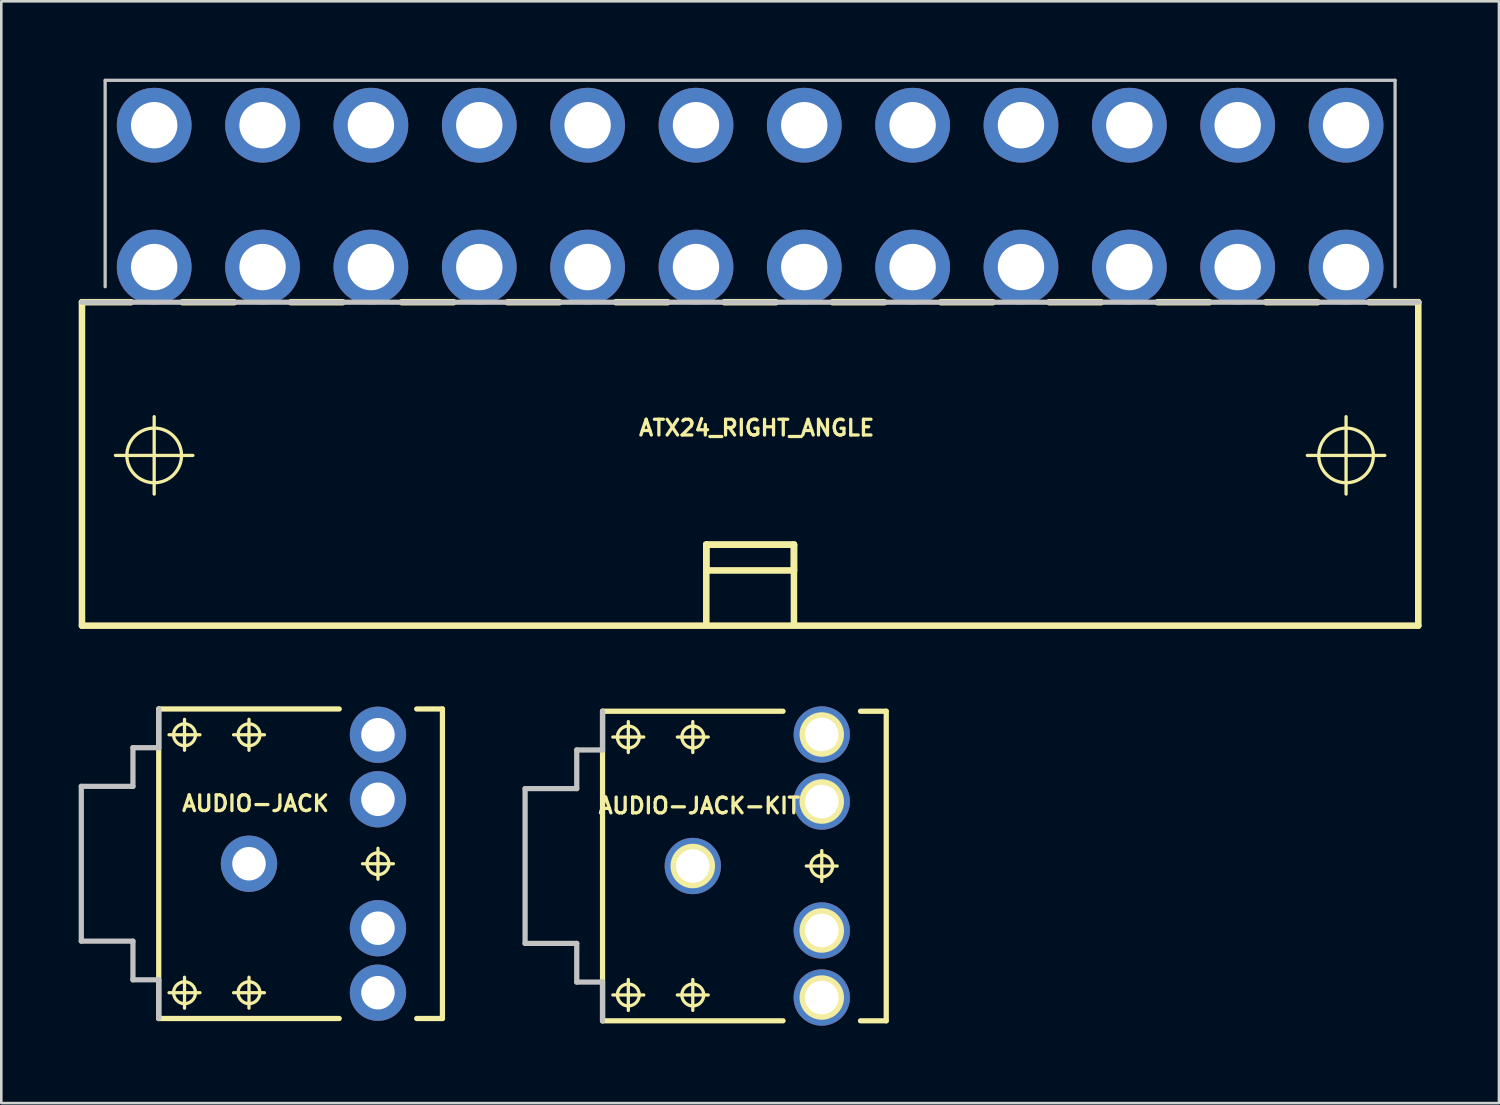
<source format=kicad_pcb>
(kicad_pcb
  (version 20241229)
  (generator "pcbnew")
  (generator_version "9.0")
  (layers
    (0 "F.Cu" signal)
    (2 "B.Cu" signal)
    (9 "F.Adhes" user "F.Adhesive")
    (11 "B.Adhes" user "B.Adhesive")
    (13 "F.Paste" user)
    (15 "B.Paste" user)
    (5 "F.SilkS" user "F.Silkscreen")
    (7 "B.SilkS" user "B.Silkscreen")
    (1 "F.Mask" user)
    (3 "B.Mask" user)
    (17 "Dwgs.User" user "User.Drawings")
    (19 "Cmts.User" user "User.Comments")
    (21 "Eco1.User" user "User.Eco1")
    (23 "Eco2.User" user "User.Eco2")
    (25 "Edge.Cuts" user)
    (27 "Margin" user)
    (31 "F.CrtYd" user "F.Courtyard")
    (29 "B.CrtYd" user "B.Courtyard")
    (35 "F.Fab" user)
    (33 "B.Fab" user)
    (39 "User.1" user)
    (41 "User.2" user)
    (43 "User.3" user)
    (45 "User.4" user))
  (footprint "AUDIO-JACK-KIT"
    (layer "F.Cu")
    (at 23.803 30.517)
    (property "Reference" "AUDIO-JACK-KIT" (at 0.254 -2.337 0) (layer "F.SilkS") (effects (font (size 0.61 0.61) (thickness 0.127))))
    (attr exclude_from_pos_files exclude_from_bom)
    (fp_line (start -3.498 -5.999) (end -3.498 5.999) (stroke (width 0.203) (type solid)) (layer "F.SilkS"))
    (fp_line (start -3.498 -5.999) (end 3.498 -5.999) (stroke (width 0.203) (type solid)) (layer "F.SilkS"))
    (fp_line (start -3.498 5.999) (end 3.498 5.999) (stroke (width 0.203) (type solid)) (layer "F.SilkS"))
    (fp_line (start -3.099 -4.999) (end -1.9 -4.999) (stroke (width 0.127) (type solid)) (layer "F.SilkS"))
    (fp_line (start -3.099 4.999) (end -1.9 4.999) (stroke (width 0.127) (type solid)) (layer "F.SilkS"))
    (fp_line (start -2.499 -4.399) (end -2.499 -5.598) (stroke (width 0.127) (type solid)) (layer "F.SilkS"))
    (fp_line (start -2.499 5.598) (end -2.499 4.399) (stroke (width 0.127) (type solid)) (layer "F.SilkS"))
    (fp_line (start -0.599 -4.999) (end 0.599 -4.999) (stroke (width 0.127) (type solid)) (layer "F.SilkS"))
    (fp_line (start -0.599 4.999) (end 0.599 4.999) (stroke (width 0.127) (type solid)) (layer "F.SilkS"))
    (fp_line (start 0 -4.399) (end 0 -5.598) (stroke (width 0.127) (type solid)) (layer "F.SilkS"))
    (fp_line (start 0 5.598) (end 0 4.399) (stroke (width 0.127) (type solid)) (layer "F.SilkS"))
    (fp_line (start 4.399 0) (end 5.598 0) (stroke (width 0.127) (type solid)) (layer "F.SilkS"))
    (fp_line (start 4.999 0.599) (end 4.999 -0.599) (stroke (width 0.127) (type solid)) (layer "F.SilkS"))
    (fp_line (start 7.498 -5.999) (end 6.5 -5.999) (stroke (width 0.203) (type solid)) (layer "F.SilkS"))
    (fp_line (start 7.498 -5.999) (end 7.498 5.999) (stroke (width 0.203) (type solid)) (layer "F.SilkS"))
    (fp_line (start 7.498 5.999) (end 6.5 5.999) (stroke (width 0.203) (type solid)) (layer "F.SilkS"))
    (fp_circle (center -2.499 -4.999) (end -2.799 -5.298) (stroke (width 0.127) (type solid)) (fill no) (layer "F.SilkS"))
    (fp_circle (center -2.499 4.999) (end -2.799 5.298) (stroke (width 0.127) (type solid)) (fill no) (layer "F.SilkS"))
    (fp_circle (center 0 -4.999) (end -0.3 -5.298) (stroke (width 0.127) (type solid)) (fill no) (layer "F.SilkS"))
    (fp_circle (center 0 0) (end -0.61 0.61) (stroke (width 0) (type solid)) (fill yes) (layer "F.SilkS"))
    (fp_circle (center 0 0) (end -0.33 0.33) (stroke (width 0) (type solid)) (fill yes) (layer "F.SilkS"))
    (fp_circle (center 0 4.999) (end -0.3 5.298) (stroke (width 0.127) (type solid)) (fill no) (layer "F.SilkS"))
    (fp_circle (center 4.999 -5.098) (end 5.329 -5.428) (stroke (width 0) (type solid)) (fill yes) (layer "F.SilkS"))
    (fp_circle (center 4.999 -5.098) (end 5.608 -5.707) (stroke (width 0) (type solid)) (fill yes) (layer "F.SilkS"))
    (fp_circle (center 4.999 -2.499) (end 5.329 -2.83) (stroke (width 0) (type solid)) (fill yes) (layer "F.SilkS"))
    (fp_circle (center 4.999 -2.499) (end 5.608 -3.109) (stroke (width 0) (type solid)) (fill yes) (layer "F.SilkS"))
    (fp_circle (center 4.999 0) (end 5.298 0.3) (stroke (width 0.127) (type solid)) (fill no) (layer "F.SilkS"))
    (fp_circle (center 4.999 2.499) (end 5.329 2.83) (stroke (width 0) (type solid)) (fill yes) (layer "F.SilkS"))
    (fp_circle (center 4.999 2.499) (end 5.608 3.109) (stroke (width 0) (type solid)) (fill yes) (layer "F.SilkS"))
    (fp_circle (center 4.999 5.098) (end 5.329 5.428) (stroke (width 0) (type solid)) (fill yes) (layer "F.SilkS"))
    (fp_circle (center 4.999 5.098) (end 5.608 5.707) (stroke (width 0) (type solid)) (fill yes) (layer "F.SilkS"))
    (fp_line (start -6.5 -3) (end -6.5 3) (stroke (width 0.203) (type solid)) (layer "Dwgs.User"))
    (fp_line (start -6.5 -3) (end -4.498 -3) (stroke (width 0.203) (type solid)) (layer "Dwgs.User"))
    (fp_line (start -6.5 3) (end -4.498 3) (stroke (width 0.203) (type solid)) (layer "Dwgs.User"))
    (fp_line (start -4.498 -4.498) (end -4.498 -3) (stroke (width 0.203) (type solid)) (layer "Dwgs.User"))
    (fp_line (start -4.498 -4.498) (end -3.498 -4.498) (stroke (width 0.203) (type solid)) (layer "Dwgs.User"))
    (fp_line (start -4.498 3) (end -4.498 4.498) (stroke (width 0.203) (type solid)) (layer "Dwgs.User"))
    (fp_line (start -4.498 4.498) (end -3.498 4.498) (stroke (width 0.203) (type solid)) (layer "Dwgs.User"))
    (fp_line (start -3.498 -5.999) (end -3.498 -4.498) (stroke (width 0.203) (type solid)) (layer "Dwgs.User"))
    (fp_line (start -3.498 4.498) (end -3.498 5.999) (stroke (width 0.203) (type solid)) (layer "Dwgs.User"))
    (pad "RING" thru_hole circle (at 4.999 -5.098) (size 2.182 2.182) (drill 1.298) (layers "*.Cu" "*.Paste" "*.Mask"))
    (pad "RSH" thru_hole circle (at 4.999 -2.499) (size 2.182 2.182) (drill 1.298) (layers "*.Cu" "*.Paste" "*.Mask"))
    (pad "SLEE" thru_hole circle (at 0 0) (size 2.182 2.182) (drill 1.298) (layers "*.Cu" "*.Paste" "*.Mask"))
    (pad "TIP" thru_hole circle (at 4.999 5.098) (size 2.182 2.182) (drill 1.298) (layers "*.Cu" "*.Paste" "*.Mask"))
    (pad "TSH" thru_hole circle (at 4.999 2.499) (size 2.182 2.182) (drill 1.298) (layers "*.Cu" "*.Paste" "*.Mask")))
  (footprint "AUDIO-JACK"
    (layer "F.Cu")
    (at 6.601 30.429)
    (property "Reference" "AUDIO-JACK" (at 0.254 -2.337 0) (layer "F.SilkS") (effects (font (size 0.61 0.61) (thickness 0.127))))
    (attr exclude_from_pos_files exclude_from_bom)
    (fp_line (start -3.498 -5.999) (end -3.498 5.999) (stroke (width 0.203) (type solid)) (layer "F.SilkS"))
    (fp_line (start -3.498 -5.999) (end 3.498 -5.999) (stroke (width 0.203) (type solid)) (layer "F.SilkS"))
    (fp_line (start -3.498 5.999) (end 3.498 5.999) (stroke (width 0.203) (type solid)) (layer "F.SilkS"))
    (fp_line (start -3.099 -4.999) (end -1.9 -4.999) (stroke (width 0.127) (type solid)) (layer "F.SilkS"))
    (fp_line (start -3.099 4.999) (end -1.9 4.999) (stroke (width 0.127) (type solid)) (layer "F.SilkS"))
    (fp_line (start -2.499 -4.399) (end -2.499 -5.598) (stroke (width 0.127) (type solid)) (layer "F.SilkS"))
    (fp_line (start -2.499 5.598) (end -2.499 4.399) (stroke (width 0.127) (type solid)) (layer "F.SilkS"))
    (fp_line (start -0.599 -4.999) (end 0.599 -4.999) (stroke (width 0.127) (type solid)) (layer "F.SilkS"))
    (fp_line (start -0.599 4.999) (end 0.599 4.999) (stroke (width 0.127) (type solid)) (layer "F.SilkS"))
    (fp_line (start 0 -4.399) (end 0 -5.598) (stroke (width 0.127) (type solid)) (layer "F.SilkS"))
    (fp_line (start 0 5.598) (end 0 4.399) (stroke (width 0.127) (type solid)) (layer "F.SilkS"))
    (fp_line (start 4.399 0) (end 5.598 0) (stroke (width 0.127) (type solid)) (layer "F.SilkS"))
    (fp_line (start 4.999 0.599) (end 4.999 -0.599) (stroke (width 0.127) (type solid)) (layer "F.SilkS"))
    (fp_line (start 7.498 -5.999) (end 6.5 -5.999) (stroke (width 0.203) (type solid)) (layer "F.SilkS"))
    (fp_line (start 7.498 -5.999) (end 7.498 5.999) (stroke (width 0.203) (type solid)) (layer "F.SilkS"))
    (fp_line (start 7.498 5.999) (end 6.5 5.999) (stroke (width 0.203) (type solid)) (layer "F.SilkS"))
    (fp_circle (center -2.499 -4.999) (end -2.799 -5.298) (stroke (width 0.127) (type solid)) (fill no) (layer "F.SilkS"))
    (fp_circle (center -2.499 4.999) (end -2.799 5.298) (stroke (width 0.127) (type solid)) (fill no) (layer "F.SilkS"))
    (fp_circle (center 0 -4.999) (end -0.3 -5.298) (stroke (width 0.127) (type solid)) (fill no) (layer "F.SilkS"))
    (fp_circle (center 0 4.999) (end -0.3 5.298) (stroke (width 0.127) (type solid)) (fill no) (layer "F.SilkS"))
    (fp_circle (center 4.999 0) (end 5.298 0.3) (stroke (width 0.127) (type solid)) (fill no) (layer "F.SilkS"))
    (fp_line (start -6.5 -3) (end -6.5 3) (stroke (width 0.203) (type solid)) (layer "Dwgs.User"))
    (fp_line (start -6.5 -3) (end -4.498 -3) (stroke (width 0.203) (type solid)) (layer "Dwgs.User"))
    (fp_line (start -6.5 3) (end -4.498 3) (stroke (width 0.203) (type solid)) (layer "Dwgs.User"))
    (fp_line (start -4.498 -4.498) (end -4.498 -3) (stroke (width 0.203) (type solid)) (layer "Dwgs.User"))
    (fp_line (start -4.498 -4.498) (end -3.498 -4.498) (stroke (width 0.203) (type solid)) (layer "Dwgs.User"))
    (fp_line (start -4.498 3) (end -4.498 4.498) (stroke (width 0.203) (type solid)) (layer "Dwgs.User"))
    (fp_line (start -4.498 4.498) (end -3.498 4.498) (stroke (width 0.203) (type solid)) (layer "Dwgs.User"))
    (fp_line (start -3.498 -5.999) (end -3.498 -4.498) (stroke (width 0.203) (type solid)) (layer "Dwgs.User"))
    (fp_line (start -3.498 4.498) (end -3.498 5.999) (stroke (width 0.203) (type solid)) (layer "Dwgs.User"))
    (pad "RING" thru_hole circle (at 4.999 -4.999) (size 2.182 2.182) (drill 1.298) (layers "*.Cu" "*.Paste" "*.Mask"))
    (pad "RSH" thru_hole circle (at 4.999 -2.499) (size 2.182 2.182) (drill 1.298) (layers "*.Cu" "*.Paste" "*.Mask"))
    (pad "SLEE" thru_hole circle (at 0 0) (size 2.182 2.182) (drill 1.298) (layers "*.Cu" "*.Paste" "*.Mask"))
    (pad "TIP" thru_hole circle (at 4.999 4.999) (size 2.182 2.182) (drill 1.298) (layers "*.Cu" "*.Paste" "*.Mask"))
    (pad "TSH" thru_hole circle (at 4.999 2.499) (size 2.182 2.182) (drill 1.298) (layers "*.Cu" "*.Paste" "*.Mask")))
  (footprint "ATX24_RIGHT_ANGLE"
    (layer "F.Cu")
    (at 26.025 12.062)
    (property "Reference" "ATX24_RIGHT_ANGLE" (at 0.254 1.473 0) (layer "F.SilkS") (effects (font (size 0.61 0.61) (thickness 0.127))))
    (attr exclude_from_pos_files exclude_from_bom)
    (fp_line (start -25.898 -3.399) (end -25.898 9.139) (stroke (width 0.254) (type solid)) (layer "F.SilkS"))
    (fp_line (start -25.898 -3.399) (end -23.998 -3.399) (stroke (width 0.254) (type solid)) (layer "F.SilkS"))
    (fp_line (start -25.898 9.139) (end 25.898 9.139) (stroke (width 0.254) (type solid)) (layer "F.SilkS"))
    (fp_line (start -24.6 2.54) (end -21.598 2.54) (stroke (width 0.127) (type solid)) (layer "F.SilkS"))
    (fp_line (start -23.099 4.039) (end -23.099 1.039) (stroke (width 0.127) (type solid)) (layer "F.SilkS"))
    (fp_line (start -20 -3.399) (end -21.999 -3.399) (stroke (width 0.254) (type solid)) (layer "F.SilkS"))
    (fp_line (start -15.799 -3.399) (end -17.798 -3.399) (stroke (width 0.254) (type solid)) (layer "F.SilkS"))
    (fp_line (start -11.499 -3.399) (end -13.498 -3.399) (stroke (width 0.254) (type solid)) (layer "F.SilkS"))
    (fp_line (start -7.399 -3.399) (end -9.398 -3.399) (stroke (width 0.254) (type solid)) (layer "F.SilkS"))
    (fp_line (start -3.198 -3.399) (end -5.199 -3.399) (stroke (width 0.254) (type solid)) (layer "F.SilkS"))
    (fp_line (start -1.699 5.999) (end -1.699 6.998) (stroke (width 0.254) (type solid)) (layer "F.SilkS"))
    (fp_line (start -1.699 5.999) (end 1.699 5.999) (stroke (width 0.254) (type solid)) (layer "F.SilkS"))
    (fp_line (start -1.699 6.998) (end 1.699 6.998) (stroke (width 0.254) (type solid)) (layer "F.SilkS"))
    (fp_line (start -1.699 8.999) (end -1.699 5.999) (stroke (width 0.254) (type solid)) (layer "F.SilkS"))
    (fp_line (start 0.998 -3.399) (end -0.998 -3.399) (stroke (width 0.254) (type solid)) (layer "F.SilkS"))
    (fp_line (start 1.699 5.999) (end -1.699 5.999) (stroke (width 0.254) (type solid)) (layer "F.SilkS"))
    (fp_line (start 1.699 5.999) (end 1.699 8.999) (stroke (width 0.254) (type solid)) (layer "F.SilkS"))
    (fp_line (start 1.699 6.998) (end 1.699 5.999) (stroke (width 0.254) (type solid)) (layer "F.SilkS"))
    (fp_line (start 5.199 -3.399) (end 3.198 -3.399) (stroke (width 0.254) (type solid)) (layer "F.SilkS"))
    (fp_line (start 9.398 -3.399) (end 7.399 -3.399) (stroke (width 0.254) (type solid)) (layer "F.SilkS"))
    (fp_line (start 13.599 -3.399) (end 11.598 -3.399) (stroke (width 0.254) (type solid)) (layer "F.SilkS"))
    (fp_line (start 17.798 -3.399) (end 15.799 -3.399) (stroke (width 0.254) (type solid)) (layer "F.SilkS"))
    (fp_line (start 21.598 2.54) (end 24.6 2.54) (stroke (width 0.127) (type solid)) (layer "F.SilkS"))
    (fp_line (start 21.999 -3.399) (end 20 -3.399) (stroke (width 0.254) (type solid)) (layer "F.SilkS"))
    (fp_line (start 23.099 4.039) (end 23.099 1.039) (stroke (width 0.127) (type solid)) (layer "F.SilkS"))
    (fp_line (start 25.898 -3.399) (end 23.998 -3.399) (stroke (width 0.254) (type solid)) (layer "F.SilkS"))
    (fp_line (start 25.898 9.139) (end 25.898 -3.399) (stroke (width 0.254) (type solid)) (layer "F.SilkS"))
    (fp_circle (center -23.099 2.54) (end -23.848 3.289) (stroke (width 0.127) (type solid)) (fill no) (layer "F.SilkS"))
    (fp_circle (center 23.099 2.54) (end 23.848 3.289) (stroke (width 0.127) (type solid)) (fill no) (layer "F.SilkS"))
    (fp_line (start -24.999 -11.999) (end 24.999 -11.999) (stroke (width 0.127) (type solid)) (layer "Dwgs.User"))
    (fp_line (start -24.999 -3.998) (end -24.999 -11.999) (stroke (width 0.127) (type solid)) (layer "Dwgs.User"))
    (fp_line (start 24.999 -11.999) (end 24.999 -3.998) (stroke (width 0.127) (type solid)) (layer "Dwgs.User"))
    (fp_line (start 25.898 -3.399) (end -25.898 -3.399) (stroke (width 0.203) (type solid)) (layer "Dwgs.User"))
    (pad "1" thru_hole circle (at 23.099 -4.76) (size 2.898 2.898) (drill 1.798) (layers "*.Cu" "*.Paste" "*.Mask"))
    (pad "2" thru_hole circle (at 18.898 -4.76) (size 2.898 2.898) (drill 1.798) (layers "*.Cu" "*.Paste" "*.Mask"))
    (pad "3" thru_hole circle (at 14.699 -4.76) (size 2.898 2.898) (drill 1.798) (layers "*.Cu" "*.Paste" "*.Mask"))
    (pad "4" thru_hole circle (at 10.498 -4.76) (size 2.898 2.898) (drill 1.798) (layers "*.Cu" "*.Paste" "*.Mask"))
    (pad "5" thru_hole circle (at 6.299 -4.76) (size 2.898 2.898) (drill 1.798) (layers "*.Cu" "*.Paste" "*.Mask"))
    (pad "6" thru_hole circle (at 2.098 -4.76) (size 2.898 2.898) (drill 1.798) (layers "*.Cu" "*.Paste" "*.Mask"))
    (pad "7" thru_hole circle (at -2.098 -4.76) (size 2.898 2.898) (drill 1.798) (layers "*.Cu" "*.Paste" "*.Mask"))
    (pad "8" thru_hole circle (at -6.299 -4.76) (size 2.898 2.898) (drill 1.798) (layers "*.Cu" "*.Paste" "*.Mask"))
    (pad "9" thru_hole circle (at -10.498 -4.76) (size 2.898 2.898) (drill 1.798) (layers "*.Cu" "*.Paste" "*.Mask"))
    (pad "10" thru_hole circle (at -14.699 -4.76) (size 2.898 2.898) (drill 1.798) (layers "*.Cu" "*.Paste" "*.Mask"))
    (pad "11" thru_hole circle (at -18.898 -4.76) (size 2.898 2.898) (drill 1.798) (layers "*.Cu" "*.Paste" "*.Mask"))
    (pad "12" thru_hole circle (at -23.099 -4.76) (size 2.898 2.898) (drill 1.798) (layers "*.Cu" "*.Paste" "*.Mask"))
    (pad "13" thru_hole circle (at 23.099 -10.259) (size 2.898 2.898) (drill 1.798) (layers "*.Cu" "*.Paste" "*.Mask"))
    (pad "14" thru_hole circle (at 18.898 -10.259) (size 2.898 2.898) (drill 1.798) (layers "*.Cu" "*.Paste" "*.Mask"))
    (pad "15" thru_hole circle (at 14.699 -10.259) (size 2.898 2.898) (drill 1.798) (layers "*.Cu" "*.Paste" "*.Mask"))
    (pad "16" thru_hole circle (at 10.498 -10.259) (size 2.898 2.898) (drill 1.798) (layers "*.Cu" "*.Paste" "*.Mask"))
    (pad "17" thru_hole circle (at 6.299 -10.259) (size 2.898 2.898) (drill 1.798) (layers "*.Cu" "*.Paste" "*.Mask"))
    (pad "18" thru_hole circle (at 2.098 -10.259) (size 2.898 2.898) (drill 1.798) (layers "*.Cu" "*.Paste" "*.Mask"))
    (pad "19" thru_hole circle (at -2.098 -10.259) (size 2.898 2.898) (drill 1.798) (layers "*.Cu" "*.Paste" "*.Mask"))
    (pad "20" thru_hole circle (at -6.299 -10.259) (size 2.898 2.898) (drill 1.798) (layers "*.Cu" "*.Paste" "*.Mask"))
    (pad "21" thru_hole circle (at -10.498 -10.259) (size 2.898 2.898) (drill 1.798) (layers "*.Cu" "*.Paste" "*.Mask"))
    (pad "22" thru_hole circle (at -14.699 -10.259) (size 2.898 2.898) (drill 1.798) (layers "*.Cu" "*.Paste" "*.Mask"))
    (pad "23" thru_hole circle (at -18.898 -10.259) (size 2.898 2.898) (drill 1.798) (layers "*.Cu" "*.Paste" "*.Mask"))
    (pad "24" thru_hole circle (at -23.099 -10.259) (size 2.898 2.898) (drill 1.798) (layers "*.Cu" "*.Paste" "*.Mask")))
  (gr_rect
    (start -3 -3)
    (end 55.05 39.706)
    (stroke (width 0.1) (type default))
    (fill no)
    (layer "Edge.Cuts")))
</source>
